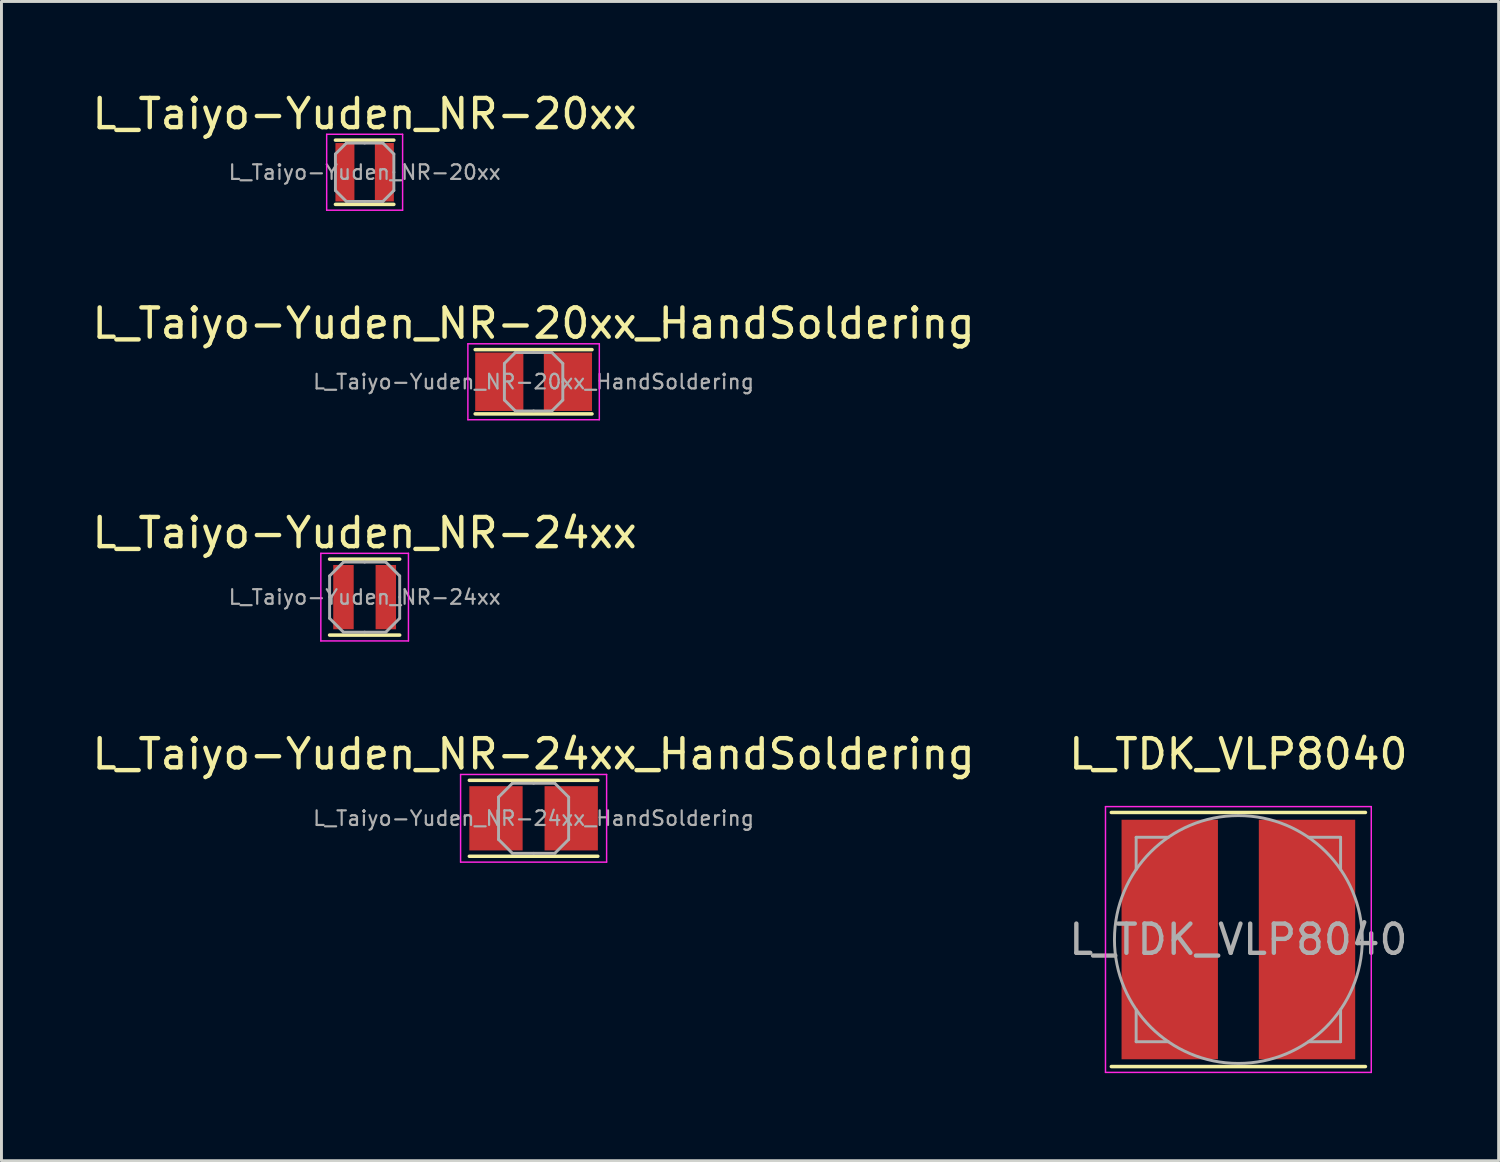
<source format=kicad_pcb>
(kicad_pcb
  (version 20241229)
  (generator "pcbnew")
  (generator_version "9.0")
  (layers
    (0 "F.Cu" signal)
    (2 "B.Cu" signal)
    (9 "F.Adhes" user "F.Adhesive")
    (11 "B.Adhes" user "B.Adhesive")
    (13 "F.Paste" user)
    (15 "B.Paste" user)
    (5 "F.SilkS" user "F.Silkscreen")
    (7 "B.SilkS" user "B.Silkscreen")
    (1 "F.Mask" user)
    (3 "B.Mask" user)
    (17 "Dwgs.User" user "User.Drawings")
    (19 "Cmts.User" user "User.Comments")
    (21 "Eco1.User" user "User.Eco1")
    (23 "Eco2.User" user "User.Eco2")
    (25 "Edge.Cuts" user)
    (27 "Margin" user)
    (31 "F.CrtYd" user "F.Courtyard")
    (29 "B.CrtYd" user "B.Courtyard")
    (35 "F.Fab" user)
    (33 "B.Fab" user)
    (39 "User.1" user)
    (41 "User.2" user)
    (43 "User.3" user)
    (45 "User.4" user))
  (footprint "L_TDK_VLP8040"
    (layer "F.Cu")
    (at 39.351 29.118)
    (property "Reference" "L_TDK_VLP8040" (at 0 -6.35 0) (layer "F.SilkS") (effects (font (size 1 1) (thickness 0.15))))
    (attr smd)
    (fp_line (start -4.35 -4.35) (end 4.35 -4.35) (stroke (width 0.12) (type solid)) (layer "F.SilkS"))
    (fp_line (start -4.35 4.35) (end 4.35 4.35) (stroke (width 0.12) (type solid)) (layer "F.SilkS"))
    (fp_line (start -4.55 -4.55) (end -4.55 4.55) (stroke (width 0.05) (type solid)) (layer "F.CrtYd"))
    (fp_line (start -4.55 4.55) (end 4.55 4.55) (stroke (width 0.05) (type solid)) (layer "F.CrtYd"))
    (fp_line (start 4.55 -4.55) (end -4.55 -4.55) (stroke (width 0.05) (type solid)) (layer "F.CrtYd"))
    (fp_line (start 4.55 4.55) (end 4.55 -4.55) (stroke (width 0.05) (type solid)) (layer "F.CrtYd"))
    (fp_line (start -3.5 -3.5) (end -2.4 -3.5) (stroke (width 0.1) (type solid)) (layer "F.Fab"))
    (fp_line (start -3.5 -2.4) (end -3.5 -3.5) (stroke (width 0.1) (type solid)) (layer "F.Fab"))
    (fp_line (start -3.5 2.4) (end -3.5 3.5) (stroke (width 0.1) (type solid)) (layer "F.Fab"))
    (fp_line (start -3.5 3.5) (end -2.4 3.5) (stroke (width 0.1) (type solid)) (layer "F.Fab"))
    (fp_line (start 3.5 -3.5) (end 2.4 -3.5) (stroke (width 0.1) (type solid)) (layer "F.Fab"))
    (fp_line (start 3.5 -3.5) (end 3.5 -2.4) (stroke (width 0.1) (type solid)) (layer "F.Fab"))
    (fp_line (start 3.5 2.4) (end 3.5 3.5) (stroke (width 0.1) (type solid)) (layer "F.Fab"))
    (fp_line (start 3.5 3.5) (end 2.4 3.5) (stroke (width 0.1) (type solid)) (layer "F.Fab"))
    (fp_circle (center 0 0) (end 3 3) (stroke (width 0.1) (type solid)) (fill no) (layer "F.Fab"))
    (fp_text user "${REFERENCE}" (at 0 0 0) (layer "F.Fab") (effects (font (size 1 1) (thickness 0.15))))
    (pad "1" smd rect (at -2.35 0) (size 3.3 8.2) (layers "F.Cu" "F.Mask" "F.Paste"))
    (pad "2" smd rect (at 2.35 0) (size 3.3 8.2) (layers "F.Cu" "F.Mask" "F.Paste")))
  (footprint "L_Taiyo-Yuden_NR-20xx_HandSoldering"
    (layer "F.Cu")
    (at 15.22 10.021)
    (property "Reference" "L_Taiyo-Yuden_NR-20xx_HandSoldering" (at 0 -2 0) (layer "F.SilkS") (effects (font (size 1 1) (thickness 0.15))))
    (attr smd)
    (fp_line (start -2 -1.1) (end 2 -1.1) (stroke (width 0.12) (type solid)) (layer "F.SilkS"))
    (fp_line (start -2 1.1) (end 2 1.1) (stroke (width 0.12) (type solid)) (layer "F.SilkS"))
    (fp_line (start -2.25 -1.3) (end -2.25 1.3) (stroke (width 0.05) (type solid)) (layer "F.CrtYd"))
    (fp_line (start -2.25 1.3) (end 2.25 1.3) (stroke (width 0.05) (type solid)) (layer "F.CrtYd"))
    (fp_line (start 2.25 -1.3) (end -2.25 -1.3) (stroke (width 0.05) (type solid)) (layer "F.CrtYd"))
    (fp_line (start 2.25 1.3) (end 2.25 -1.3) (stroke (width 0.05) (type solid)) (layer "F.CrtYd"))
    (fp_line (start -1 -0.625) (end -0.625 -1) (stroke (width 0.1) (type solid)) (layer "F.Fab"))
    (fp_line (start -1 0) (end -1 -0.625) (stroke (width 0.1) (type solid)) (layer "F.Fab"))
    (fp_line (start -1 0) (end -1 0.625) (stroke (width 0.1) (type solid)) (layer "F.Fab"))
    (fp_line (start -1 0.625) (end -0.625 1) (stroke (width 0.1) (type solid)) (layer "F.Fab"))
    (fp_line (start -0.625 -1) (end 0 -1) (stroke (width 0.1) (type solid)) (layer "F.Fab"))
    (fp_line (start -0.625 1) (end 0 1) (stroke (width 0.1) (type solid)) (layer "F.Fab"))
    (fp_line (start 0.625 -1) (end 0 -1) (stroke (width 0.1) (type solid)) (layer "F.Fab"))
    (fp_line (start 0.625 1) (end 0 1) (stroke (width 0.1) (type solid)) (layer "F.Fab"))
    (fp_line (start 1 -0.625) (end 0.625 -1) (stroke (width 0.1) (type solid)) (layer "F.Fab"))
    (fp_line (start 1 0) (end 1 -0.625) (stroke (width 0.1) (type solid)) (layer "F.Fab"))
    (fp_line (start 1 0) (end 1 0.625) (stroke (width 0.1) (type solid)) (layer "F.Fab"))
    (fp_line (start 1 0.625) (end 0.625 1) (stroke (width 0.1) (type solid)) (layer "F.Fab"))
    (fp_text user "${REFERENCE}" (at 0 0 0) (layer "F.Fab") (effects (font (size 0.5 0.5) (thickness 0.075))))
    (pad "1" smd rect (at -1.175 0) (size 1.65 2) (layers "F.Cu" "F.Mask" "F.Paste"))
    (pad "2" smd rect (at 1.175 0) (size 1.65 2) (layers "F.Cu" "F.Mask" "F.Paste")))
  (footprint "L_Taiyo-Yuden_NR-24xx_HandSoldering"
    (layer "F.Cu")
    (at 15.22 24.968)
    (property "Reference" "L_Taiyo-Yuden_NR-24xx_HandSoldering" (at 0 -2.2 0) (layer "F.SilkS") (effects (font (size 1 1) (thickness 0.15))))
    (attr smd)
    (fp_line (start -2.2 -1.3) (end 2.2 -1.3) (stroke (width 0.12) (type solid)) (layer "F.SilkS"))
    (fp_line (start -2.2 1.3) (end 2.2 1.3) (stroke (width 0.12) (type solid)) (layer "F.SilkS"))
    (fp_line (start -2.5 -1.5) (end -2.5 1.5) (stroke (width 0.05) (type solid)) (layer "F.CrtYd"))
    (fp_line (start -2.5 1.5) (end 2.5 1.5) (stroke (width 0.05) (type solid)) (layer "F.CrtYd"))
    (fp_line (start 2.5 -1.5) (end -2.5 -1.5) (stroke (width 0.05) (type solid)) (layer "F.CrtYd"))
    (fp_line (start 2.5 1.5) (end 2.5 -1.5) (stroke (width 0.05) (type solid)) (layer "F.CrtYd"))
    (fp_line (start -1.2 -0.725) (end -0.725 -1.2) (stroke (width 0.1) (type solid)) (layer "F.Fab"))
    (fp_line (start -1.2 0) (end -1.2 -0.725) (stroke (width 0.1) (type solid)) (layer "F.Fab"))
    (fp_line (start -1.2 0) (end -1.2 0.725) (stroke (width 0.1) (type solid)) (layer "F.Fab"))
    (fp_line (start -1.2 0.725) (end -0.725 1.2) (stroke (width 0.1) (type solid)) (layer "F.Fab"))
    (fp_line (start -0.725 -1.2) (end 0 -1.2) (stroke (width 0.1) (type solid)) (layer "F.Fab"))
    (fp_line (start -0.725 1.2) (end 0 1.2) (stroke (width 0.1) (type solid)) (layer "F.Fab"))
    (fp_line (start 0.725 -1.2) (end 0 -1.2) (stroke (width 0.1) (type solid)) (layer "F.Fab"))
    (fp_line (start 0.725 1.2) (end 0 1.2) (stroke (width 0.1) (type solid)) (layer "F.Fab"))
    (fp_line (start 1.2 -0.725) (end 0.725 -1.2) (stroke (width 0.1) (type solid)) (layer "F.Fab"))
    (fp_line (start 1.2 0) (end 1.2 -0.725) (stroke (width 0.1) (type solid)) (layer "F.Fab"))
    (fp_line (start 1.2 0) (end 1.2 0.725) (stroke (width 0.1) (type solid)) (layer "F.Fab"))
    (fp_line (start 1.2 0.725) (end 0.725 1.2) (stroke (width 0.1) (type solid)) (layer "F.Fab"))
    (fp_text user "${REFERENCE}" (at 0 0 0) (layer "F.Fab") (effects (font (size 0.5 0.5) (thickness 0.075))))
    (pad "1" smd rect (at -1.288 0) (size 1.825 2.2) (layers "F.Cu" "F.Mask" "F.Paste"))
    (pad "2" smd rect (at 1.288 0) (size 1.825 2.2) (layers "F.Cu" "F.Mask" "F.Paste")))
  (footprint "L_Taiyo-Yuden_NR-24xx"
    (layer "F.Cu")
    (at 9.435 17.395)
    (property "Reference" "L_Taiyo-Yuden_NR-24xx" (at 0 -2.2 0) (layer "F.SilkS") (effects (font (size 1 1) (thickness 0.15))))
    (attr smd)
    (fp_line (start -1.2 -1.3) (end 1.2 -1.3) (stroke (width 0.12) (type solid)) (layer "F.SilkS"))
    (fp_line (start -1.2 1.3) (end 1.2 1.3) (stroke (width 0.12) (type solid)) (layer "F.SilkS"))
    (fp_line (start -1.5 -1.5) (end -1.5 1.5) (stroke (width 0.05) (type solid)) (layer "F.CrtYd"))
    (fp_line (start -1.5 1.5) (end 1.5 1.5) (stroke (width 0.05) (type solid)) (layer "F.CrtYd"))
    (fp_line (start 1.5 -1.5) (end -1.5 -1.5) (stroke (width 0.05) (type solid)) (layer "F.CrtYd"))
    (fp_line (start 1.5 1.5) (end 1.5 -1.5) (stroke (width 0.05) (type solid)) (layer "F.CrtYd"))
    (fp_line (start -1.2 -0.725) (end -0.725 -1.2) (stroke (width 0.1) (type solid)) (layer "F.Fab"))
    (fp_line (start -1.2 0) (end -1.2 -0.725) (stroke (width 0.1) (type solid)) (layer "F.Fab"))
    (fp_line (start -1.2 0) (end -1.2 0.725) (stroke (width 0.1) (type solid)) (layer "F.Fab"))
    (fp_line (start -1.2 0.725) (end -0.725 1.2) (stroke (width 0.1) (type solid)) (layer "F.Fab"))
    (fp_line (start -0.725 -1.2) (end 0 -1.2) (stroke (width 0.1) (type solid)) (layer "F.Fab"))
    (fp_line (start -0.725 1.2) (end 0 1.2) (stroke (width 0.1) (type solid)) (layer "F.Fab"))
    (fp_line (start 0.725 -1.2) (end 0 -1.2) (stroke (width 0.1) (type solid)) (layer "F.Fab"))
    (fp_line (start 0.725 1.2) (end 0 1.2) (stroke (width 0.1) (type solid)) (layer "F.Fab"))
    (fp_line (start 1.2 -0.725) (end 0.725 -1.2) (stroke (width 0.1) (type solid)) (layer "F.Fab"))
    (fp_line (start 1.2 0) (end 1.2 -0.725) (stroke (width 0.1) (type solid)) (layer "F.Fab"))
    (fp_line (start 1.2 0) (end 1.2 0.725) (stroke (width 0.1) (type solid)) (layer "F.Fab"))
    (fp_line (start 1.2 0.725) (end 0.725 1.2) (stroke (width 0.1) (type solid)) (layer "F.Fab"))
    (fp_text user "${REFERENCE}" (at 0 0 0) (layer "F.Fab") (effects (font (size 0.5 0.5) (thickness 0.075))))
    (pad "1" smd rect (at -0.725 0) (size 0.7 2.2) (layers "F.Cu" "F.Mask" "F.Paste"))
    (pad "2" smd rect (at 0.725 0) (size 0.7 2.2) (layers "F.Cu" "F.Mask" "F.Paste")))
  (footprint "L_Taiyo-Yuden_NR-20xx"
    (layer "F.Cu")
    (at 9.435 2.848)
    (property "Reference" "L_Taiyo-Yuden_NR-20xx" (at 0 -2 0) (layer "F.SilkS") (effects (font (size 1 1) (thickness 0.15))))
    (attr smd)
    (fp_line (start -1 -1.1) (end 1 -1.1) (stroke (width 0.12) (type solid)) (layer "F.SilkS"))
    (fp_line (start -1 1.1) (end 1 1.1) (stroke (width 0.12) (type solid)) (layer "F.SilkS"))
    (fp_line (start -1.3 -1.3) (end -1.3 1.3) (stroke (width 0.05) (type solid)) (layer "F.CrtYd"))
    (fp_line (start -1.3 1.3) (end 1.3 1.3) (stroke (width 0.05) (type solid)) (layer "F.CrtYd"))
    (fp_line (start 1.3 -1.3) (end -1.3 -1.3) (stroke (width 0.05) (type solid)) (layer "F.CrtYd"))
    (fp_line (start 1.3 1.3) (end 1.3 -1.3) (stroke (width 0.05) (type solid)) (layer "F.CrtYd"))
    (fp_line (start -1 -0.625) (end -0.625 -1) (stroke (width 0.1) (type solid)) (layer "F.Fab"))
    (fp_line (start -1 0) (end -1 -0.625) (stroke (width 0.1) (type solid)) (layer "F.Fab"))
    (fp_line (start -1 0) (end -1 0.625) (stroke (width 0.1) (type solid)) (layer "F.Fab"))
    (fp_line (start -1 0.625) (end -0.625 1) (stroke (width 0.1) (type solid)) (layer "F.Fab"))
    (fp_line (start -0.625 -1) (end 0 -1) (stroke (width 0.1) (type solid)) (layer "F.Fab"))
    (fp_line (start -0.625 1) (end 0 1) (stroke (width 0.1) (type solid)) (layer "F.Fab"))
    (fp_line (start 0.625 -1) (end 0 -1) (stroke (width 0.1) (type solid)) (layer "F.Fab"))
    (fp_line (start 0.625 1) (end 0 1) (stroke (width 0.1) (type solid)) (layer "F.Fab"))
    (fp_line (start 1 -0.625) (end 0.625 -1) (stroke (width 0.1) (type solid)) (layer "F.Fab"))
    (fp_line (start 1 0) (end 1 -0.625) (stroke (width 0.1) (type solid)) (layer "F.Fab"))
    (fp_line (start 1 0) (end 1 0.625) (stroke (width 0.1) (type solid)) (layer "F.Fab"))
    (fp_line (start 1 0.625) (end 0.625 1) (stroke (width 0.1) (type solid)) (layer "F.Fab"))
    (fp_text user "${REFERENCE}" (at 0 0 0) (layer "F.Fab") (effects (font (size 0.5 0.5) (thickness 0.075))))
    (pad "1" smd rect (at -0.675 0) (size 0.65 2) (layers "F.Cu" "F.Mask" "F.Paste"))
    (pad "2" smd rect (at 0.675 0) (size 0.65 2) (layers "F.Cu" "F.Mask" "F.Paste")))
  (gr_rect
    (start -3 -3)
    (end 48.262 36.693)
    (stroke (width 0.1) (type default))
    (fill no)
    (layer "Edge.Cuts")))
</source>
